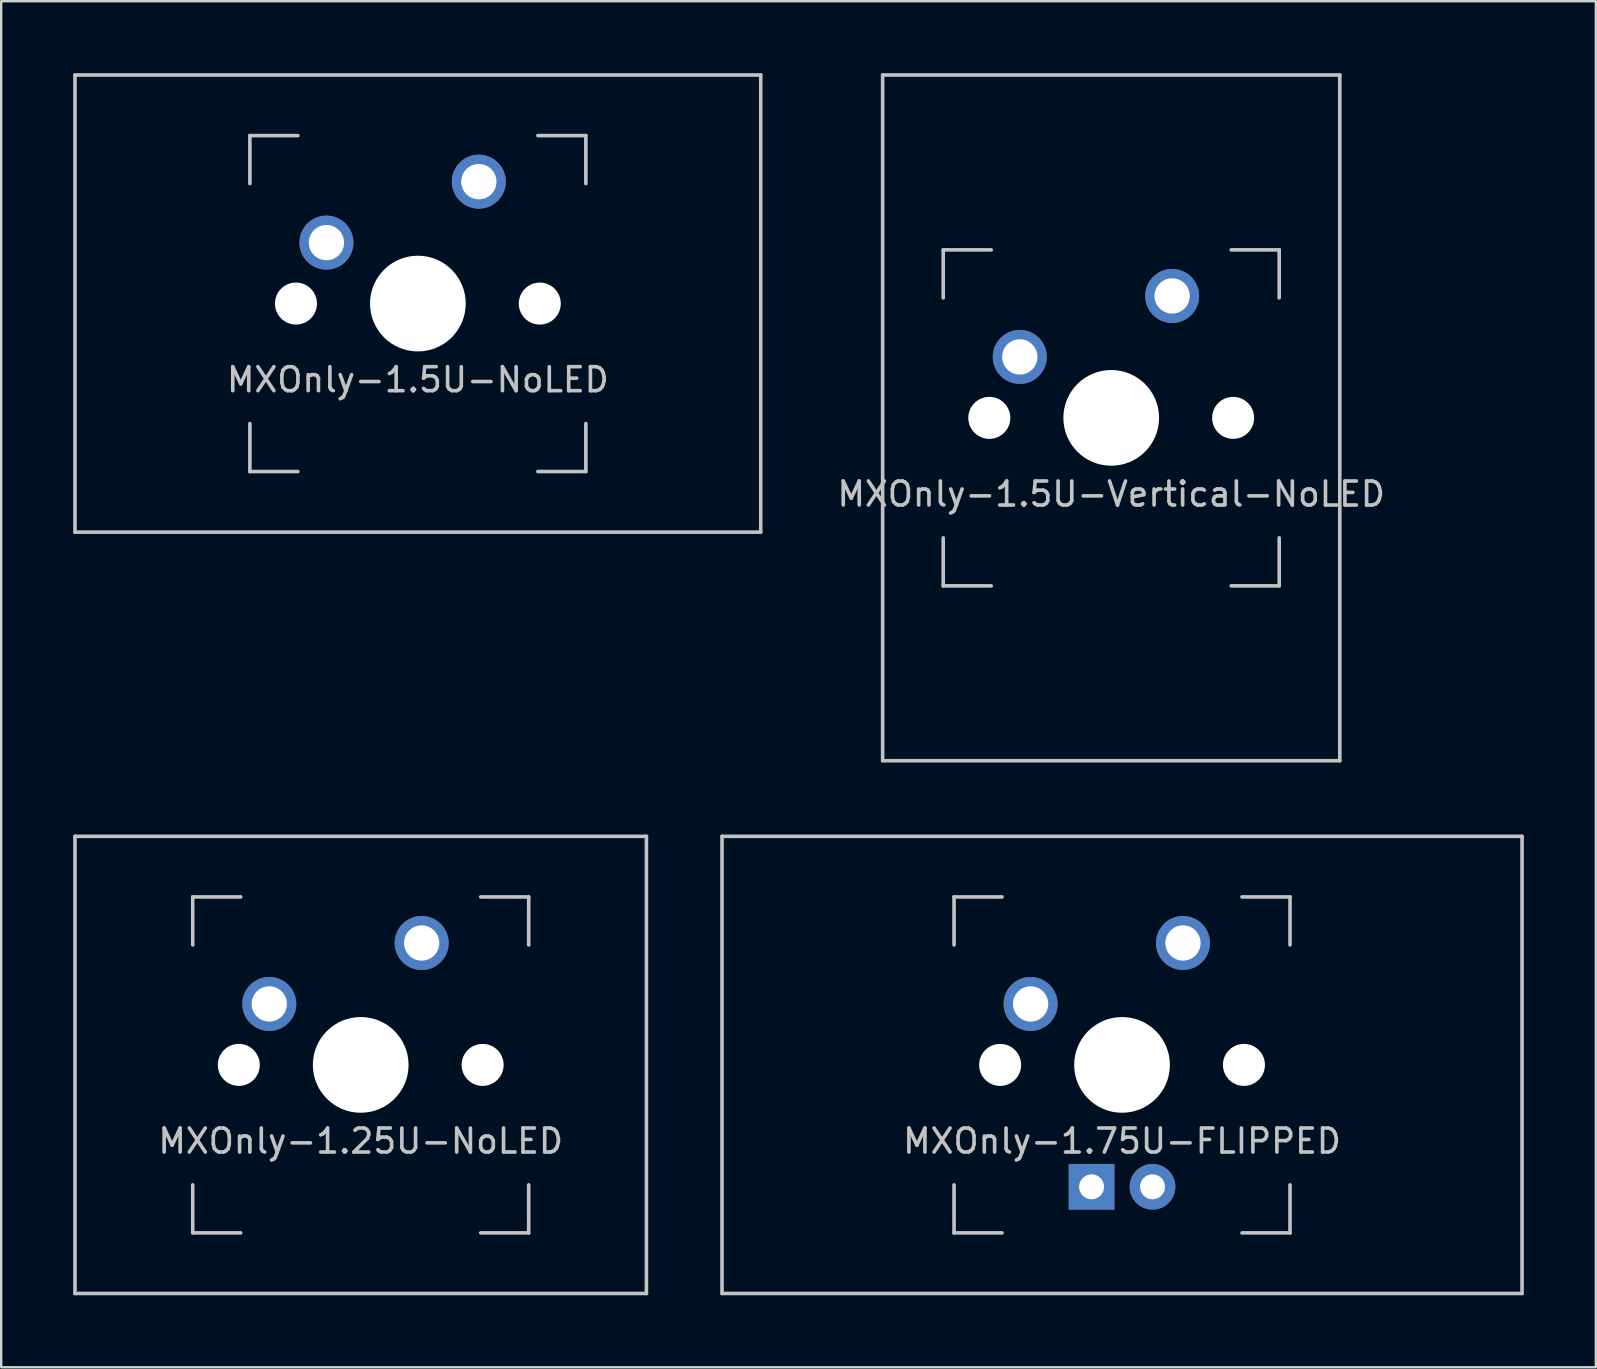
<source format=kicad_pcb>
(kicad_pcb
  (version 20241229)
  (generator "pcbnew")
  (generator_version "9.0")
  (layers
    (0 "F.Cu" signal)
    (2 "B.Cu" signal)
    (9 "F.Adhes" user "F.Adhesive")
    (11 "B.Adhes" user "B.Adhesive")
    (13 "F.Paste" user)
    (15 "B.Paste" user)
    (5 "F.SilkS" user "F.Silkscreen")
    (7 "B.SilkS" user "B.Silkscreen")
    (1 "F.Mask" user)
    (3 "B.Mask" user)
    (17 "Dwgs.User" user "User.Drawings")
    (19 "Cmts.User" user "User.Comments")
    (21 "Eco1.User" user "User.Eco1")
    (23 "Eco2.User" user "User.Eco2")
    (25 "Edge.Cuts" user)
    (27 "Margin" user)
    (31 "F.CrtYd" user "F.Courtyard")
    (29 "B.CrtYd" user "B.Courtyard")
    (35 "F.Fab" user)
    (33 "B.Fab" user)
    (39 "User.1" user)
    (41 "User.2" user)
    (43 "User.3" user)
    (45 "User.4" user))
  (footprint "MXOnly-1.75U-FLIPPED"
    (layer "F.Cu")
    (at 43.706 41.325)
    (property "Reference" "MXOnly-1.75U-FLIPPED" (at 0 3.175 0) (layer "Dwgs.User") (effects (font (size 1 1) (thickness 0.15))))
    (attr through_hole)
    (fp_line (start -16.669 -9.525) (end 16.669 -9.525) (stroke (width 0.15) (type solid)) (layer "Dwgs.User"))
    (fp_line (start -16.669 9.525) (end -16.669 -9.525) (stroke (width 0.15) (type solid)) (layer "Dwgs.User"))
    (fp_line (start -16.669 9.525) (end 16.669 9.525) (stroke (width 0.15) (type solid)) (layer "Dwgs.User"))
    (fp_line (start -7 -7) (end -7 -5) (stroke (width 0.15) (type solid)) (layer "Dwgs.User"))
    (fp_line (start -7 5) (end -7 7) (stroke (width 0.15) (type solid)) (layer "Dwgs.User"))
    (fp_line (start -7 7) (end -5 7) (stroke (width 0.15) (type solid)) (layer "Dwgs.User"))
    (fp_line (start -5 -7) (end -7 -7) (stroke (width 0.15) (type solid)) (layer "Dwgs.User"))
    (fp_line (start 5 -7) (end 7 -7) (stroke (width 0.15) (type solid)) (layer "Dwgs.User"))
    (fp_line (start 5 7) (end 7 7) (stroke (width 0.15) (type solid)) (layer "Dwgs.User"))
    (fp_line (start 7 -7) (end 7 -5) (stroke (width 0.15) (type solid)) (layer "Dwgs.User"))
    (fp_line (start 7 7) (end 7 5) (stroke (width 0.15) (type solid)) (layer "Dwgs.User"))
    (fp_line (start 16.669 -9.525) (end 16.669 9.525) (stroke (width 0.15) (type solid)) (layer "Dwgs.User"))
    (pad "" np_thru_hole circle (at -5.08 0 48.1) (size 1.75 1.75) (drill 1.75) (layers "*.Cu" "*.Mask"))
    (pad "" np_thru_hole circle (at 0 0) (size 3.988 3.988) (drill 3.988) (layers "*.Cu" "*.Mask"))
    (pad "" np_thru_hole circle (at 5.08 0 48.1) (size 1.75 1.75) (drill 1.75) (layers "*.Cu" "*.Mask"))
    (pad "1" thru_hole circle (at -3.81 -2.54) (size 2.25 2.25) (drill 1.47) (layers "*.Cu" "B.Mask"))
    (pad "2" thru_hole circle (at 2.54 -5.08) (size 2.25 2.25) (drill 1.47) (layers "*.Cu" "B.Mask"))
    (pad "3" thru_hole circle (at 1.27 5.08) (size 1.905 1.905) (drill 1.04) (layers "*.Cu" "B.Mask"))
    (pad "4" thru_hole rect (at -1.27 5.08) (size 1.905 1.905) (drill 1.04) (layers "*.Cu" "B.Mask")))
  (footprint "MXOnly-1.25U-NoLED"
    (layer "F.Cu")
    (at 11.981 41.325)
    (property "Reference" "MXOnly-1.25U-NoLED" (at 0 3.175 0) (layer "Dwgs.User") (effects (font (size 1 1) (thickness 0.15))))
    (attr through_hole)
    (fp_line (start -11.906 -9.525) (end 11.906 -9.525) (stroke (width 0.15) (type solid)) (layer "Dwgs.User"))
    (fp_line (start -11.906 9.525) (end -11.906 -9.525) (stroke (width 0.15) (type solid)) (layer "Dwgs.User"))
    (fp_line (start -11.906 9.525) (end 11.906 9.525) (stroke (width 0.15) (type solid)) (layer "Dwgs.User"))
    (fp_line (start -7 -7) (end -7 -5) (stroke (width 0.15) (type solid)) (layer "Dwgs.User"))
    (fp_line (start -7 5) (end -7 7) (stroke (width 0.15) (type solid)) (layer "Dwgs.User"))
    (fp_line (start -7 7) (end -5 7) (stroke (width 0.15) (type solid)) (layer "Dwgs.User"))
    (fp_line (start -5 -7) (end -7 -7) (stroke (width 0.15) (type solid)) (layer "Dwgs.User"))
    (fp_line (start 5 -7) (end 7 -7) (stroke (width 0.15) (type solid)) (layer "Dwgs.User"))
    (fp_line (start 5 7) (end 7 7) (stroke (width 0.15) (type solid)) (layer "Dwgs.User"))
    (fp_line (start 7 -7) (end 7 -5) (stroke (width 0.15) (type solid)) (layer "Dwgs.User"))
    (fp_line (start 7 7) (end 7 5) (stroke (width 0.15) (type solid)) (layer "Dwgs.User"))
    (fp_line (start 11.906 -9.525) (end 11.906 9.525) (stroke (width 0.15) (type solid)) (layer "Dwgs.User"))
    (pad "" np_thru_hole circle (at -5.08 0 48.1) (size 1.75 1.75) (drill 1.75) (layers "*.Cu" "*.Mask"))
    (pad "" np_thru_hole circle (at 0 0) (size 3.988 3.988) (drill 3.988) (layers "*.Cu" "*.Mask"))
    (pad "" np_thru_hole circle (at 5.08 0 48.1) (size 1.75 1.75) (drill 1.75) (layers "*.Cu" "*.Mask"))
    (pad "1" thru_hole circle (at -3.81 -2.54) (size 2.25 2.25) (drill 1.47) (layers "*.Cu" "B.Mask"))
    (pad "2" thru_hole circle (at 2.54 -5.08) (size 2.25 2.25) (drill 1.47) (layers "*.Cu" "B.Mask")))
  (footprint "MXOnly-1.5U-NoLED"
    (layer "F.Cu")
    (at 14.363 9.6)
    (property "Reference" "MXOnly-1.5U-NoLED" (at 0 3.175 0) (layer "Dwgs.User") (effects (font (size 1 1) (thickness 0.15))))
    (attr through_hole)
    (fp_line (start -14.287 -9.525) (end 14.287 -9.525) (stroke (width 0.15) (type solid)) (layer "Dwgs.User"))
    (fp_line (start -14.287 9.525) (end -14.287 -9.525) (stroke (width 0.15) (type solid)) (layer "Dwgs.User"))
    (fp_line (start -14.287 9.525) (end 14.287 9.525) (stroke (width 0.15) (type solid)) (layer "Dwgs.User"))
    (fp_line (start -7 -7) (end -7 -5) (stroke (width 0.15) (type solid)) (layer "Dwgs.User"))
    (fp_line (start -7 5) (end -7 7) (stroke (width 0.15) (type solid)) (layer "Dwgs.User"))
    (fp_line (start -7 7) (end -5 7) (stroke (width 0.15) (type solid)) (layer "Dwgs.User"))
    (fp_line (start -5 -7) (end -7 -7) (stroke (width 0.15) (type solid)) (layer "Dwgs.User"))
    (fp_line (start 5 -7) (end 7 -7) (stroke (width 0.15) (type solid)) (layer "Dwgs.User"))
    (fp_line (start 5 7) (end 7 7) (stroke (width 0.15) (type solid)) (layer "Dwgs.User"))
    (fp_line (start 7 -7) (end 7 -5) (stroke (width 0.15) (type solid)) (layer "Dwgs.User"))
    (fp_line (start 7 7) (end 7 5) (stroke (width 0.15) (type solid)) (layer "Dwgs.User"))
    (fp_line (start 14.287 -9.525) (end 14.287 9.525) (stroke (width 0.15) (type solid)) (layer "Dwgs.User"))
    (pad "" np_thru_hole circle (at -5.08 0 48.1) (size 1.75 1.75) (drill 1.75) (layers "*.Cu" "*.Mask"))
    (pad "" np_thru_hole circle (at 0 0) (size 3.988 3.988) (drill 3.988) (layers "*.Cu" "*.Mask"))
    (pad "" np_thru_hole circle (at 5.08 0 48.1) (size 1.75 1.75) (drill 1.75) (layers "*.Cu" "*.Mask"))
    (pad "1" thru_hole circle (at -3.81 -2.54) (size 2.25 2.25) (drill 1.47) (layers "*.Cu" "B.Mask"))
    (pad "2" thru_hole circle (at 2.54 -5.08) (size 2.25 2.25) (drill 1.47) (layers "*.Cu" "B.Mask")))
  (footprint "MXOnly-1.5U-Vertical-NoLED"
    (layer "F.Cu")
    (at 43.255 14.363)
    (property "Reference" "MXOnly-1.5U-Vertical-NoLED" (at 0 3.175 0) (layer "Dwgs.User") (effects (font (size 1 1) (thickness 0.15))))
    (attr through_hole)
    (fp_line (start -9.525 -14.287) (end -9.525 14.287) (stroke (width 0.15) (type solid)) (layer "Dwgs.User"))
    (fp_line (start -7 -7) (end -7 -5) (stroke (width 0.15) (type solid)) (layer "Dwgs.User"))
    (fp_line (start -7 5) (end -7 7) (stroke (width 0.15) (type solid)) (layer "Dwgs.User"))
    (fp_line (start -7 7) (end -5 7) (stroke (width 0.15) (type solid)) (layer "Dwgs.User"))
    (fp_line (start -5 -7) (end -7 -7) (stroke (width 0.15) (type solid)) (layer "Dwgs.User"))
    (fp_line (start 5 -7) (end 7 -7) (stroke (width 0.15) (type solid)) (layer "Dwgs.User"))
    (fp_line (start 5 7) (end 7 7) (stroke (width 0.15) (type solid)) (layer "Dwgs.User"))
    (fp_line (start 7 -7) (end 7 -5) (stroke (width 0.15) (type solid)) (layer "Dwgs.User"))
    (fp_line (start 7 7) (end 7 5) (stroke (width 0.15) (type solid)) (layer "Dwgs.User"))
    (fp_line (start 9.525 -14.287) (end -9.525 -14.287) (stroke (width 0.15) (type solid)) (layer "Dwgs.User"))
    (fp_line (start 9.525 -14.287) (end 9.525 14.287) (stroke (width 0.15) (type solid)) (layer "Dwgs.User"))
    (fp_line (start 9.525 14.287) (end -9.525 14.287) (stroke (width 0.15) (type solid)) (layer "Dwgs.User"))
    (pad "" np_thru_hole circle (at -5.08 0 48.1) (size 1.75 1.75) (drill 1.75) (layers "*.Cu" "*.Mask"))
    (pad "" np_thru_hole circle (at 0 0) (size 3.988 3.988) (drill 3.988) (layers "*.Cu" "*.Mask"))
    (pad "" np_thru_hole circle (at 5.08 0 48.1) (size 1.75 1.75) (drill 1.75) (layers "*.Cu" "*.Mask"))
    (pad "1" thru_hole circle (at -3.81 -2.54) (size 2.25 2.25) (drill 1.47) (layers "*.Cu" "B.Mask"))
    (pad "2" thru_hole circle (at 2.54 -5.08) (size 2.25 2.25) (drill 1.47) (layers "*.Cu" "B.Mask")))
  (gr_rect
    (start -3 -3)
    (end 63.45 53.925)
    (stroke (width 0.1) (type default))
    (fill no)
    (layer "Edge.Cuts")))
</source>
